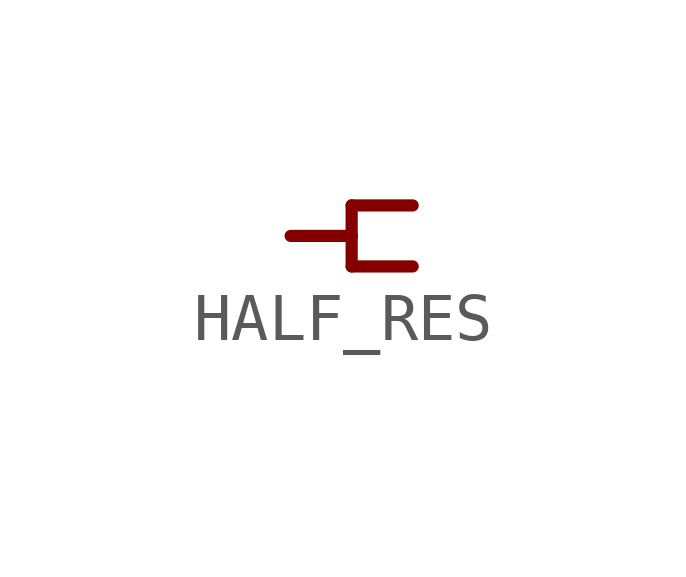
<source format=kicad_sym>
(kicad_symbol_lib
  (version 20211014)
  (generator kicad_symbol_editor)
  (symbol "HALF_RES"
    (property "Reference" ""
      (at 0 0 0)
      (effects (font (size 1.27 1.27)) hide))
    (property "ki_locked" ""
      (at 0 0 0)
      (effects (font (size 1.27 1.27))))
    (symbol "HALF_RES_1_0"
      (polyline (pts (xy 0 0) (xy 1.27 0)) (stroke (width 0.254) (type default) (color 0 0 0 0)) (fill (type none)))
      (polyline (pts (xy 1.27 -0.635) (xy 2.54 -0.635)) (stroke (width 0.254) (type default) (color 0 0 0 0)) (fill (type none)))
      (polyline (pts (xy 1.27 0) (xy 1.27 -0.635)) (stroke (width 0.254) (type default) (color 0 0 0 0)) (fill (type none)))
      (polyline (pts (xy 1.27 0) (xy 1.27 0.635)) (stroke (width 0.254) (type default) (color 0 0 0 0)) (fill (type none)))
      (polyline (pts (xy 1.27 0.635) (xy 2.54 0.635)) (stroke (width 0.254) (type default) (color 0 0 0 0)) (fill (type none)))
      (pin bidirectional line (at 0 0 180) (length 0) (name "P$1" (effects (font (size 0 0)))) (number "P$1" (effects (font (size 0 0))))))))
</source>
